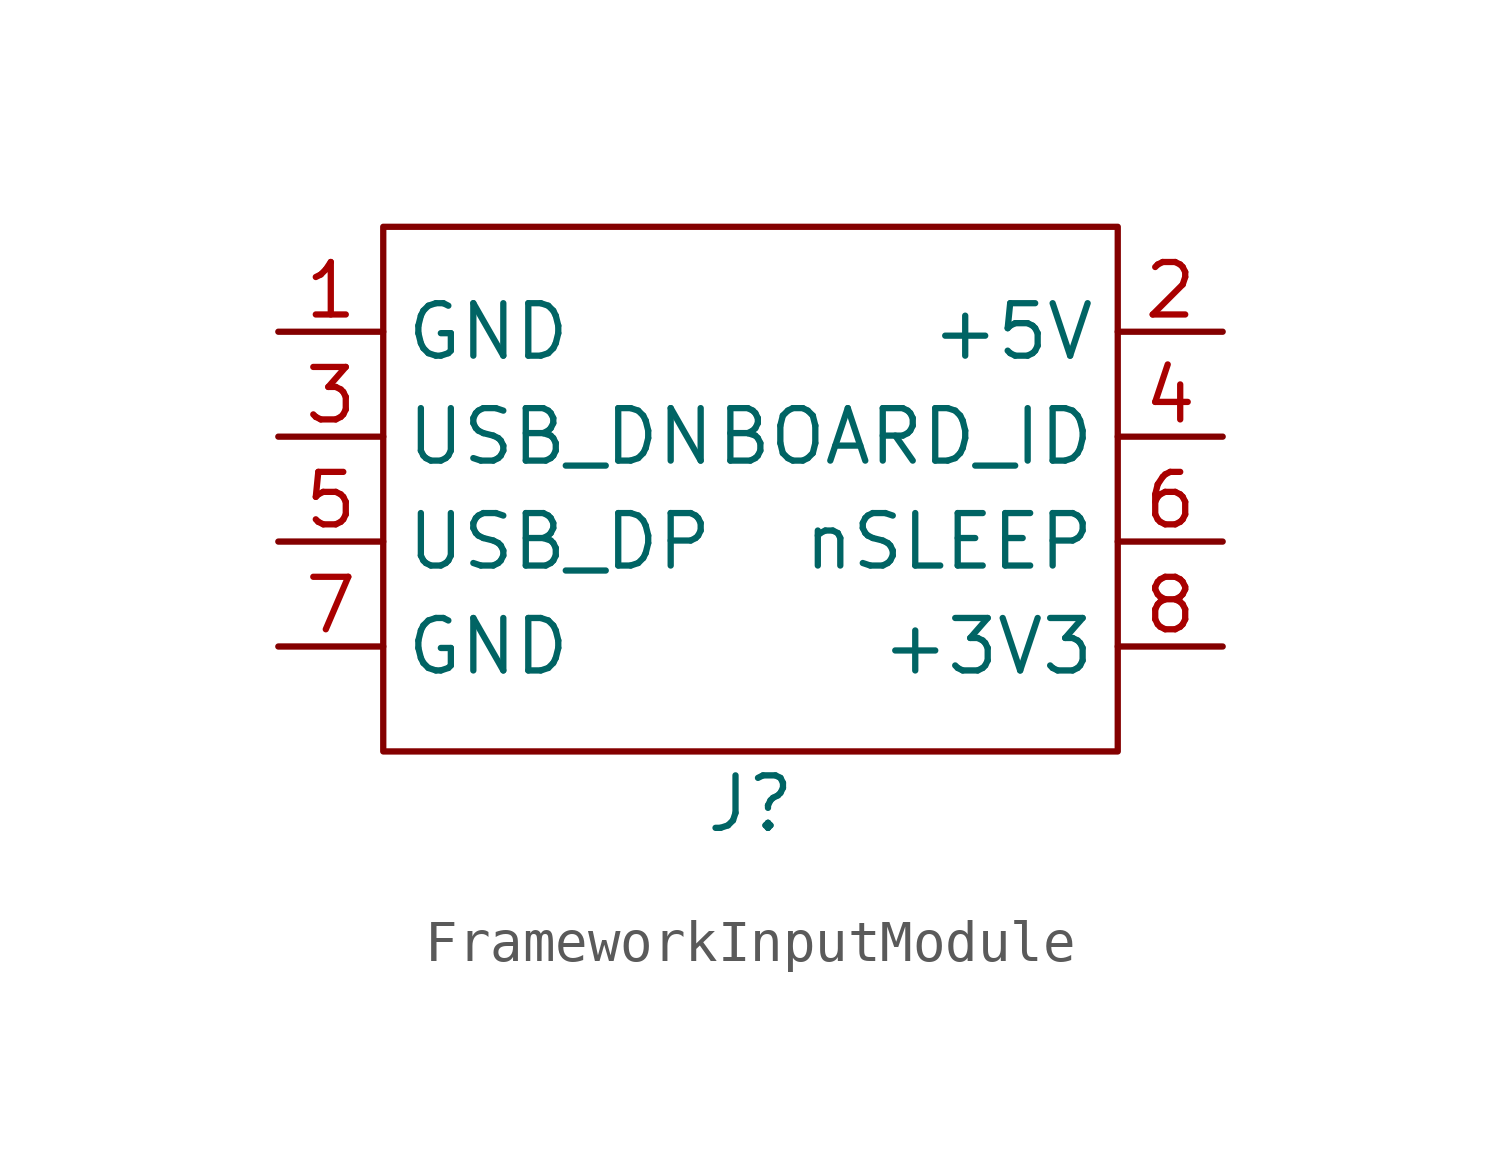
<source format=kicad_sym>
(kicad_symbol_lib
  (version 20220914)
  (generator kicad_symbol_editor)
  (symbol "FrameworkInputModule"
    (property "Reference" "J"
      (at 0 -7.62 0)
      (effects (font (size 1.27 1.27))))
    (property "Value" ""
      (at 0 0 0)
      (effects (font (size 1.27 1.27))))
    (symbol "FrameworkInputModule_0_1"
      (rectangle (start -8.89 6.35) (end 8.89 -6.35) (stroke (width 0) (type default)) (fill (type none))))
    (symbol "FrameworkInputModule_1_1"
      (pin input line (at -11.43 3.81 0) (length 2.54) (name "GND" (effects (font (size 1.27 1.27)))) (number "1" (effects (font (size 1.27 1.27)))))
      (pin input line (at 11.43 3.81 180) (length 2.54) (name "+5V" (effects (font (size 1.27 1.27)))) (number "2" (effects (font (size 1.27 1.27)))))
      (pin input line (at -11.43 1.27 0) (length 2.54) (name "USB_DN" (effects (font (size 1.27 1.27)))) (number "3" (effects (font (size 1.27 1.27)))))
      (pin input line (at 11.43 1.27 180) (length 2.54) (name "BOARD_ID" (effects (font (size 1.27 1.27)))) (number "4" (effects (font (size 1.27 1.27)))))
      (pin input line (at -11.43 -1.27 0) (length 2.54) (name "USB_DP" (effects (font (size 1.27 1.27)))) (number "5" (effects (font (size 1.27 1.27)))))
      (pin input line (at 11.43 -1.27 180) (length 2.54) (name "nSLEEP" (effects (font (size 1.27 1.27)))) (number "6" (effects (font (size 1.27 1.27)))))
      (pin input line (at -11.43 -3.81 0) (length 2.54) (name "GND" (effects (font (size 1.27 1.27)))) (number "7" (effects (font (size 1.27 1.27)))))
      (pin input line (at 11.43 -3.81 180) (length 2.54) (name "+3V3" (effects (font (size 1.27 1.27)))) (number "8" (effects (font (size 1.27 1.27))))))))
</source>
